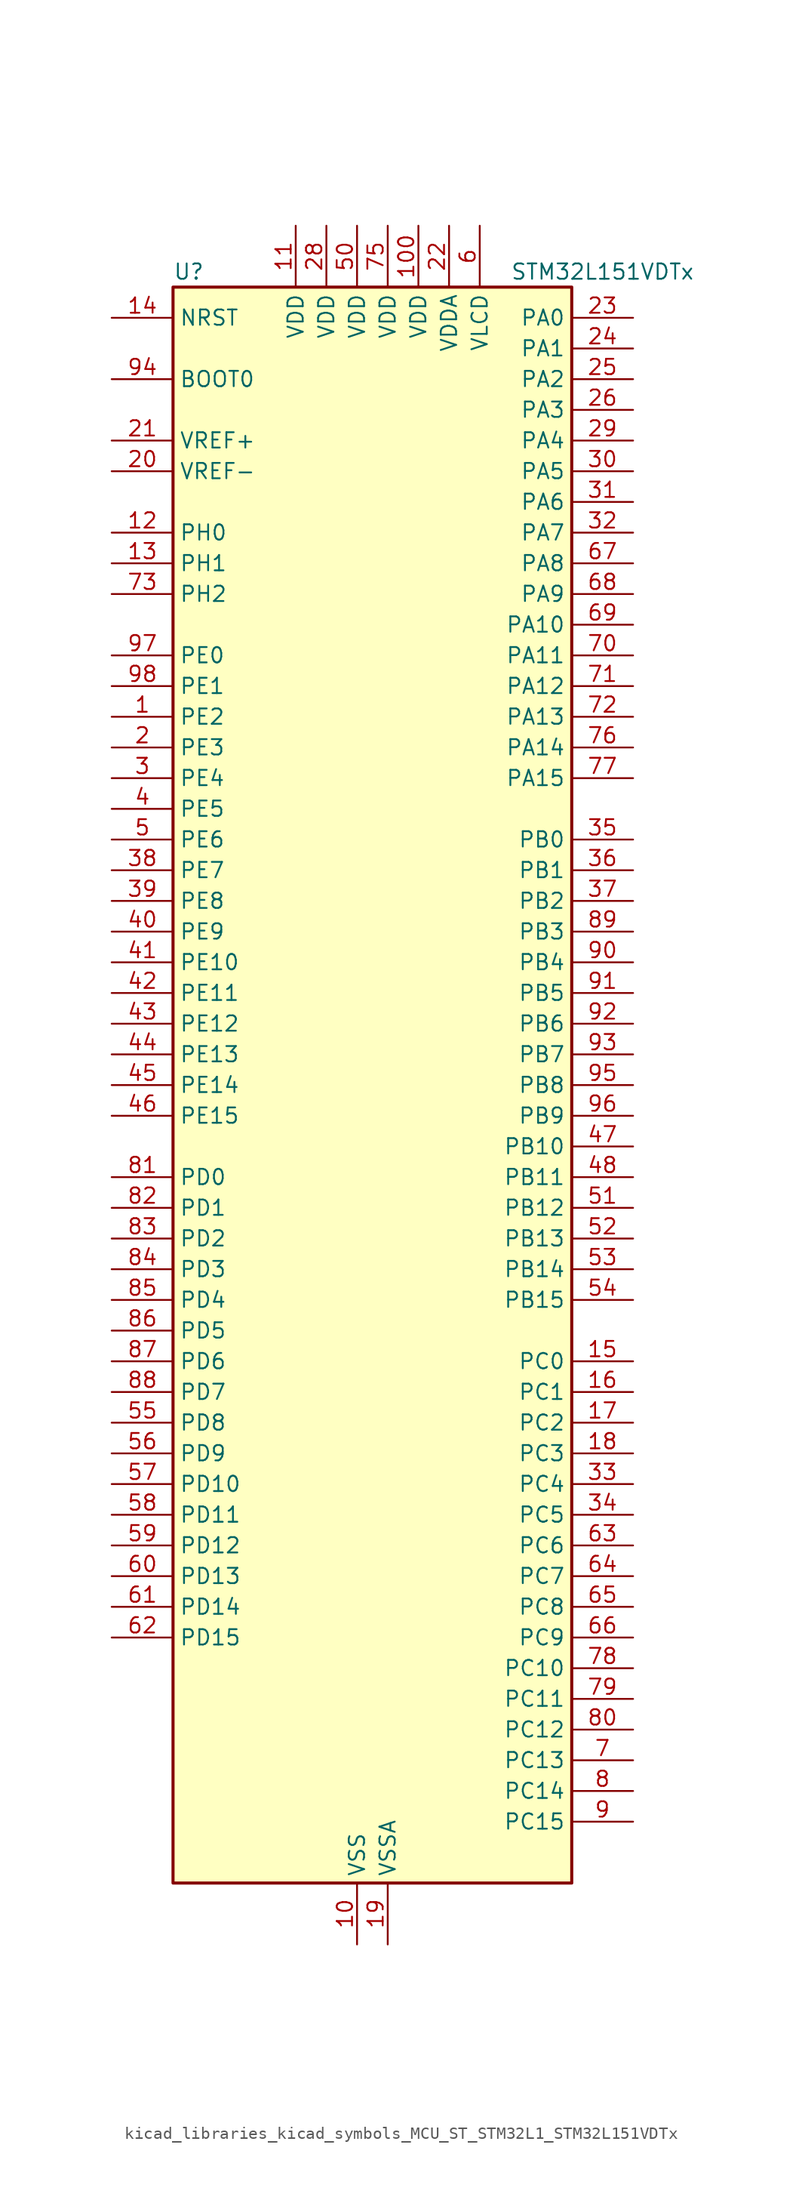
<source format=kicad_sym>
(kicad_symbol_lib
  (version 20220914)
  (generator kicad_symbol_editor)
  (symbol "kicad_libraries_kicad_symbols_MCU_ST_STM32L1_STM32L151VDTx"
    (property "Reference" "U"
      (at -15.24 67.31 0)
      (effects (font (size 1.27 1.27)) (justify left)))
    (property "Value" "STM32L151VDTx"
      (at 12.7 67.31 0)
      (effects (font (size 1.27 1.27)) (justify left)))
    (property "ki_locked" ""
      (at 0 0 0)
      (effects (font (size 1.27 1.27))))
    (symbol "kicad_libraries_kicad_symbols_MCU_ST_STM32L1_STM32L151VDTx_0_1"
      (rectangle (start -15.24 -66.04) (end 17.78 66.04) (stroke (width 0.254) (type default)) (fill (type background))))
    (symbol "kicad_libraries_kicad_symbols_MCU_ST_STM32L1_STM32L151VDTx_1_1"
      (pin bidirectional line (at -20.32 30.48 0) (length 5.08) (name "PE2" (effects (font (size 1.27 1.27)))) (number "1" (effects (font (size 1.27 1.27)))) (alternate "FSMC_A23" bidirectional line) (alternate "SYS_TRACECK" bidirectional line) (alternate "TIM3_ETR" bidirectional line) (alternate "TIMX_IC3" bidirectional line))
      (pin power_in line (at 0 -71.12 90) (length 5.08) (name "VSS" (effects (font (size 1.27 1.27)))) (number "10" (effects (font (size 1.27 1.27)))))
      (pin power_in line (at 5.08 71.12 270) (length 5.08) (name "VDD" (effects (font (size 1.27 1.27)))) (number "100" (effects (font (size 1.27 1.27)))))
      (pin power_in line (at -5.08 71.12 270) (length 5.08) (name "VDD" (effects (font (size 1.27 1.27)))) (number "11" (effects (font (size 1.27 1.27)))))
      (pin bidirectional line (at -20.32 45.72 0) (length 5.08) (name "PH0" (effects (font (size 1.27 1.27)))) (number "12" (effects (font (size 1.27 1.27)))) (alternate "RCC_OSC_IN" bidirectional line))
      (pin bidirectional line (at -20.32 43.18 0) (length 5.08) (name "PH1" (effects (font (size 1.27 1.27)))) (number "13" (effects (font (size 1.27 1.27)))) (alternate "RCC_OSC_OUT" bidirectional line))
      (pin input line (at -20.32 63.5 0) (length 5.08) (name "NRST" (effects (font (size 1.27 1.27)))) (number "14" (effects (font (size 1.27 1.27)))))
      (pin bidirectional line (at 22.86 -22.86 180) (length 5.08) (name "PC0" (effects (font (size 1.27 1.27)))) (number "15" (effects (font (size 1.27 1.27)))) (alternate "ADC_IN10" bidirectional line) (alternate "COMP1_INP" bidirectional line) (alternate "TIMX_IC1" bidirectional line) (alternate "TS_G8_IO1" bidirectional line))
      (pin bidirectional line (at 22.86 -25.4 180) (length 5.08) (name "PC1" (effects (font (size 1.27 1.27)))) (number "16" (effects (font (size 1.27 1.27)))) (alternate "ADC_IN11" bidirectional line) (alternate "COMP1_INP" bidirectional line) (alternate "OPAMP3_VINP" bidirectional line) (alternate "TIMX_IC2" bidirectional line) (alternate "TS_G8_IO2" bidirectional line))
      (pin bidirectional line (at 22.86 -27.94 180) (length 5.08) (name "PC2" (effects (font (size 1.27 1.27)))) (number "17" (effects (font (size 1.27 1.27)))) (alternate "ADC_IN12" bidirectional line) (alternate "COMP1_INP" bidirectional line) (alternate "OPAMP3_VINM" bidirectional line) (alternate "TIMX_IC3" bidirectional line) (alternate "TS_G8_IO3" bidirectional line))
      (pin bidirectional line (at 22.86 -30.48 180) (length 5.08) (name "PC3" (effects (font (size 1.27 1.27)))) (number "18" (effects (font (size 1.27 1.27)))) (alternate "ADC_IN13" bidirectional line) (alternate "COMP1_INP" bidirectional line) (alternate "OPAMP3_VOUT" bidirectional line) (alternate "TIMX_IC4" bidirectional line) (alternate "TS_G8_IO4" bidirectional line))
      (pin power_in line (at 2.54 -71.12 90) (length 5.08) (name "VSSA" (effects (font (size 1.27 1.27)))) (number "19" (effects (font (size 1.27 1.27)))))
      (pin bidirectional line (at -20.32 27.94 0) (length 5.08) (name "PE3" (effects (font (size 1.27 1.27)))) (number "2" (effects (font (size 1.27 1.27)))) (alternate "FSMC_A19" bidirectional line) (alternate "SYS_TRACED0" bidirectional line) (alternate "TIM3_CH1" bidirectional line) (alternate "TIMX_IC4" bidirectional line))
      (pin input line (at -20.32 50.8 0) (length 5.08) (name "VREF-" (effects (font (size 1.27 1.27)))) (number "20" (effects (font (size 1.27 1.27)))))
      (pin input line (at -20.32 53.34 0) (length 5.08) (name "VREF+" (effects (font (size 1.27 1.27)))) (number "21" (effects (font (size 1.27 1.27)))))
      (pin power_in line (at 7.62 71.12 270) (length 5.08) (name "VDDA" (effects (font (size 1.27 1.27)))) (number "22" (effects (font (size 1.27 1.27)))))
      (pin bidirectional line (at 22.86 63.5 180) (length 5.08) (name "PA0" (effects (font (size 1.27 1.27)))) (number "23" (effects (font (size 1.27 1.27)))) (alternate "ADC_IN0" bidirectional line) (alternate "COMP1_INP" bidirectional line) (alternate "RTC_TAMP2" bidirectional line) (alternate "SYS_WKUP1" bidirectional line) (alternate "TIM2_CH1" bidirectional line) (alternate "TIM2_ETR" bidirectional line) (alternate "TIM5_CH1" bidirectional line) (alternate "TIMX_IC1" bidirectional line) (alternate "TS_G1_IO1" bidirectional line) (alternate "USART2_CTS" bidirectional line))
      (pin bidirectional line (at 22.86 60.96 180) (length 5.08) (name "PA1" (effects (font (size 1.27 1.27)))) (number "24" (effects (font (size 1.27 1.27)))) (alternate "ADC_IN1" bidirectional line) (alternate "COMP1_INP" bidirectional line) (alternate "OPAMP1_VINP" bidirectional line) (alternate "TIM2_CH2" bidirectional line) (alternate "TIM5_CH2" bidirectional line) (alternate "TIMX_IC2" bidirectional line) (alternate "TS_G1_IO2" bidirectional line) (alternate "USART2_RTS" bidirectional line))
      (pin bidirectional line (at 22.86 58.42 180) (length 5.08) (name "PA2" (effects (font (size 1.27 1.27)))) (number "25" (effects (font (size 1.27 1.27)))) (alternate "ADC_IN2" bidirectional line) (alternate "COMP1_INP" bidirectional line) (alternate "OPAMP1_VINM" bidirectional line) (alternate "TIM2_CH3" bidirectional line) (alternate "TIM5_CH3" bidirectional line) (alternate "TIM9_CH1" bidirectional line) (alternate "TIMX_IC3" bidirectional line) (alternate "TS_G1_IO3" bidirectional line) (alternate "USART2_TX" bidirectional line))
      (pin bidirectional line (at 22.86 55.88 180) (length 5.08) (name "PA3" (effects (font (size 1.27 1.27)))) (number "26" (effects (font (size 1.27 1.27)))) (alternate "ADC_IN3" bidirectional line) (alternate "COMP1_INP" bidirectional line) (alternate "OPAMP1_VOUT" bidirectional line) (alternate "TIM2_CH4" bidirectional line) (alternate "TIM5_CH4" bidirectional line) (alternate "TIM9_CH2" bidirectional line) (alternate "TIMX_IC4" bidirectional line) (alternate "TS_G1_IO4" bidirectional line) (alternate "USART2_RX" bidirectional line))
      (pin passive line (at 0 -71.12 90) (length 5.08) hide (name "VSS" (effects (font (size 1.27 1.27)))) (number "27" (effects (font (size 1.27 1.27)))))
      (pin power_in line (at -2.54 71.12 270) (length 5.08) (name "VDD" (effects (font (size 1.27 1.27)))) (number "28" (effects (font (size 1.27 1.27)))))
      (pin bidirectional line (at 22.86 53.34 180) (length 5.08) (name "PA4" (effects (font (size 1.27 1.27)))) (number "29" (effects (font (size 1.27 1.27)))) (alternate "ADC_IN4" bidirectional line) (alternate "COMP1_INP" bidirectional line) (alternate "DAC_OUT1" bidirectional line) (alternate "I2S3_WS" bidirectional line) (alternate "SPI1_NSS" bidirectional line) (alternate "SPI3_NSS" bidirectional line) (alternate "TIMX_IC1" bidirectional line) (alternate "USART2_CK" bidirectional line))
      (pin bidirectional line (at -20.32 25.4 0) (length 5.08) (name "PE4" (effects (font (size 1.27 1.27)))) (number "3" (effects (font (size 1.27 1.27)))) (alternate "FSMC_A20" bidirectional line) (alternate "SYS_TRACED1" bidirectional line) (alternate "TIM3_CH2" bidirectional line) (alternate "TIMX_IC1" bidirectional line))
      (pin bidirectional line (at 22.86 50.8 180) (length 5.08) (name "PA5" (effects (font (size 1.27 1.27)))) (number "30" (effects (font (size 1.27 1.27)))) (alternate "ADC_IN5" bidirectional line) (alternate "COMP1_INP" bidirectional line) (alternate "DAC_OUT2" bidirectional line) (alternate "SPI1_SCK" bidirectional line) (alternate "TIM2_CH1" bidirectional line) (alternate "TIM2_ETR" bidirectional line) (alternate "TIMX_IC2" bidirectional line))
      (pin bidirectional line (at 22.86 48.26 180) (length 5.08) (name "PA6" (effects (font (size 1.27 1.27)))) (number "31" (effects (font (size 1.27 1.27)))) (alternate "ADC_IN6" bidirectional line) (alternate "COMP1_INP" bidirectional line) (alternate "OPAMP2_VINP" bidirectional line) (alternate "SPI1_MISO" bidirectional line) (alternate "TIM10_CH1" bidirectional line) (alternate "TIM3_CH1" bidirectional line) (alternate "TIMX_IC3" bidirectional line) (alternate "TS_G2_IO1" bidirectional line))
      (pin bidirectional line (at 22.86 45.72 180) (length 5.08) (name "PA7" (effects (font (size 1.27 1.27)))) (number "32" (effects (font (size 1.27 1.27)))) (alternate "ADC_IN7" bidirectional line) (alternate "COMP1_INP" bidirectional line) (alternate "OPAMP2_VINM" bidirectional line) (alternate "SPI1_MOSI" bidirectional line) (alternate "TIM11_CH1" bidirectional line) (alternate "TIM3_CH2" bidirectional line) (alternate "TIMX_IC4" bidirectional line) (alternate "TS_G2_IO2" bidirectional line))
      (pin bidirectional line (at 22.86 -33.02 180) (length 5.08) (name "PC4" (effects (font (size 1.27 1.27)))) (number "33" (effects (font (size 1.27 1.27)))) (alternate "ADC_IN14" bidirectional line) (alternate "COMP1_INP" bidirectional line) (alternate "TIMX_IC1" bidirectional line) (alternate "TS_G9_IO1" bidirectional line))
      (pin bidirectional line (at 22.86 -35.56 180) (length 5.08) (name "PC5" (effects (font (size 1.27 1.27)))) (number "34" (effects (font (size 1.27 1.27)))) (alternate "ADC_IN15" bidirectional line) (alternate "COMP1_INP" bidirectional line) (alternate "TIMX_IC2" bidirectional line) (alternate "TS_G9_IO2" bidirectional line))
      (pin bidirectional line (at 22.86 20.32 180) (length 5.08) (name "PB0" (effects (font (size 1.27 1.27)))) (number "35" (effects (font (size 1.27 1.27)))) (alternate "ADC_IN8" bidirectional line) (alternate "COMP1_INP" bidirectional line) (alternate "OPAMP2_VOUT" bidirectional line) (alternate "SYS_V_REF_OUT" bidirectional line) (alternate "TIM3_CH3" bidirectional line) (alternate "TS_G3_IO1" bidirectional line))
      (pin bidirectional line (at 22.86 17.78 180) (length 5.08) (name "PB1" (effects (font (size 1.27 1.27)))) (number "36" (effects (font (size 1.27 1.27)))) (alternate "ADC_IN9" bidirectional line) (alternate "COMP1_INP" bidirectional line) (alternate "SYS_V_REF_OUT" bidirectional line) (alternate "TIM3_CH4" bidirectional line) (alternate "TS_G3_IO2" bidirectional line))
      (pin bidirectional line (at 22.86 15.24 180) (length 5.08) (name "PB2" (effects (font (size 1.27 1.27)))) (number "37" (effects (font (size 1.27 1.27)))) (alternate "TS_G3_IO3" bidirectional line))
      (pin bidirectional line (at -20.32 17.78 0) (length 5.08) (name "PE7" (effects (font (size 1.27 1.27)))) (number "38" (effects (font (size 1.27 1.27)))) (alternate "ADC_IN22" bidirectional line) (alternate "COMP1_INP" bidirectional line) (alternate "FSMC_D4" bidirectional line) (alternate "FSMC_DA4" bidirectional line) (alternate "TIMX_IC4" bidirectional line))
      (pin bidirectional line (at -20.32 15.24 0) (length 5.08) (name "PE8" (effects (font (size 1.27 1.27)))) (number "39" (effects (font (size 1.27 1.27)))) (alternate "ADC_IN23" bidirectional line) (alternate "COMP1_INP" bidirectional line) (alternate "FSMC_D5" bidirectional line) (alternate "FSMC_DA5" bidirectional line) (alternate "TIMX_IC1" bidirectional line))
      (pin bidirectional line (at -20.32 22.86 0) (length 5.08) (name "PE5" (effects (font (size 1.27 1.27)))) (number "4" (effects (font (size 1.27 1.27)))) (alternate "FSMC_A21" bidirectional line) (alternate "SYS_TRACED2" bidirectional line) (alternate "TIM9_CH1" bidirectional line) (alternate "TIMX_IC2" bidirectional line))
      (pin bidirectional line (at -20.32 12.7 0) (length 5.08) (name "PE9" (effects (font (size 1.27 1.27)))) (number "40" (effects (font (size 1.27 1.27)))) (alternate "ADC_IN24" bidirectional line) (alternate "COMP1_INP" bidirectional line) (alternate "DAC_EXTI9" bidirectional line) (alternate "FSMC_D6" bidirectional line) (alternate "FSMC_DA6" bidirectional line) (alternate "TIM2_CH1" bidirectional line) (alternate "TIM2_ETR" bidirectional line) (alternate "TIMX_IC2" bidirectional line))
      (pin bidirectional line (at -20.32 10.16 0) (length 5.08) (name "PE10" (effects (font (size 1.27 1.27)))) (number "41" (effects (font (size 1.27 1.27)))) (alternate "ADC_IN25" bidirectional line) (alternate "COMP1_INP" bidirectional line) (alternate "FSMC_D7" bidirectional line) (alternate "FSMC_DA7" bidirectional line) (alternate "TIM2_CH2" bidirectional line) (alternate "TIMX_IC3" bidirectional line))
      (pin bidirectional line (at -20.32 7.62 0) (length 5.08) (name "PE11" (effects (font (size 1.27 1.27)))) (number "42" (effects (font (size 1.27 1.27)))) (alternate "ADC_EXTI11" bidirectional line) (alternate "FSMC_D8" bidirectional line) (alternate "FSMC_DA8" bidirectional line) (alternate "TIM2_CH3" bidirectional line) (alternate "TIMX_IC4" bidirectional line))
      (pin bidirectional line (at -20.32 5.08 0) (length 5.08) (name "PE12" (effects (font (size 1.27 1.27)))) (number "43" (effects (font (size 1.27 1.27)))) (alternate "FSMC_D9" bidirectional line) (alternate "FSMC_DA9" bidirectional line) (alternate "SPI1_NSS" bidirectional line) (alternate "TIM2_CH4" bidirectional line) (alternate "TIMX_IC1" bidirectional line))
      (pin bidirectional line (at -20.32 2.54 0) (length 5.08) (name "PE13" (effects (font (size 1.27 1.27)))) (number "44" (effects (font (size 1.27 1.27)))) (alternate "FSMC_D10" bidirectional line) (alternate "FSMC_DA10" bidirectional line) (alternate "SPI1_SCK" bidirectional line) (alternate "TIMX_IC2" bidirectional line))
      (pin bidirectional line (at -20.32 0 0) (length 5.08) (name "PE14" (effects (font (size 1.27 1.27)))) (number "45" (effects (font (size 1.27 1.27)))) (alternate "FSMC_D11" bidirectional line) (alternate "FSMC_DA11" bidirectional line) (alternate "SPI1_MISO" bidirectional line) (alternate "TIMX_IC3" bidirectional line))
      (pin bidirectional line (at -20.32 -2.54 0) (length 5.08) (name "PE15" (effects (font (size 1.27 1.27)))) (number "46" (effects (font (size 1.27 1.27)))) (alternate "ADC_EXTI15" bidirectional line) (alternate "FSMC_D12" bidirectional line) (alternate "FSMC_DA12" bidirectional line) (alternate "SPI1_MOSI" bidirectional line) (alternate "TIMX_IC4" bidirectional line))
      (pin bidirectional line (at 22.86 -5.08 180) (length 5.08) (name "PB10" (effects (font (size 1.27 1.27)))) (number "47" (effects (font (size 1.27 1.27)))) (alternate "I2C2_SCL" bidirectional line) (alternate "TIM2_CH3" bidirectional line) (alternate "USART3_TX" bidirectional line))
      (pin bidirectional line (at 22.86 -7.62 180) (length 5.08) (name "PB11" (effects (font (size 1.27 1.27)))) (number "48" (effects (font (size 1.27 1.27)))) (alternate "ADC_EXTI11" bidirectional line) (alternate "I2C2_SDA" bidirectional line) (alternate "TIM2_CH4" bidirectional line) (alternate "USART3_RX" bidirectional line))
      (pin passive line (at 0 -71.12 90) (length 5.08) hide (name "VSS" (effects (font (size 1.27 1.27)))) (number "49" (effects (font (size 1.27 1.27)))))
      (pin bidirectional line (at -20.32 20.32 0) (length 5.08) (name "PE6" (effects (font (size 1.27 1.27)))) (number "5" (effects (font (size 1.27 1.27)))) (alternate "RTC_TAMP3" bidirectional line) (alternate "SYS_TRACED3" bidirectional line) (alternate "SYS_WKUP3" bidirectional line) (alternate "TIM9_CH2" bidirectional line) (alternate "TIMX_IC3" bidirectional line))
      (pin power_in line (at 0 71.12 270) (length 5.08) (name "VDD" (effects (font (size 1.27 1.27)))) (number "50" (effects (font (size 1.27 1.27)))))
      (pin bidirectional line (at 22.86 -10.16 180) (length 5.08) (name "PB12" (effects (font (size 1.27 1.27)))) (number "51" (effects (font (size 1.27 1.27)))) (alternate "ADC_IN18" bidirectional line) (alternate "COMP1_INP" bidirectional line) (alternate "I2C2_SMBA" bidirectional line) (alternate "I2S2_WS" bidirectional line) (alternate "SPI2_NSS" bidirectional line) (alternate "TIM10_CH1" bidirectional line) (alternate "TS_G7_IO1" bidirectional line) (alternate "USART3_CK" bidirectional line))
      (pin bidirectional line (at 22.86 -12.7 180) (length 5.08) (name "PB13" (effects (font (size 1.27 1.27)))) (number "52" (effects (font (size 1.27 1.27)))) (alternate "ADC_IN19" bidirectional line) (alternate "COMP1_INP" bidirectional line) (alternate "I2S2_CK" bidirectional line) (alternate "SPI2_SCK" bidirectional line) (alternate "TIM9_CH1" bidirectional line) (alternate "TS_G7_IO2" bidirectional line) (alternate "USART3_CTS" bidirectional line))
      (pin bidirectional line (at 22.86 -15.24 180) (length 5.08) (name "PB14" (effects (font (size 1.27 1.27)))) (number "53" (effects (font (size 1.27 1.27)))) (alternate "ADC_IN20" bidirectional line) (alternate "COMP1_INP" bidirectional line) (alternate "SPI2_MISO" bidirectional line) (alternate "TIM9_CH2" bidirectional line) (alternate "TS_G7_IO3" bidirectional line) (alternate "USART3_RTS" bidirectional line))
      (pin bidirectional line (at 22.86 -17.78 180) (length 5.08) (name "PB15" (effects (font (size 1.27 1.27)))) (number "54" (effects (font (size 1.27 1.27)))) (alternate "ADC_EXTI15" bidirectional line) (alternate "ADC_IN21" bidirectional line) (alternate "COMP1_INP" bidirectional line) (alternate "I2S2_SD" bidirectional line) (alternate "RTC_REFIN" bidirectional line) (alternate "SPI2_MOSI" bidirectional line) (alternate "TIM11_CH1" bidirectional line) (alternate "TS_G7_IO4" bidirectional line))
      (pin bidirectional line (at -20.32 -27.94 0) (length 5.08) (name "PD8" (effects (font (size 1.27 1.27)))) (number "55" (effects (font (size 1.27 1.27)))) (alternate "FSMC_D13" bidirectional line) (alternate "FSMC_DA13" bidirectional line) (alternate "TIMX_IC1" bidirectional line) (alternate "USART3_TX" bidirectional line))
      (pin bidirectional line (at -20.32 -30.48 0) (length 5.08) (name "PD9" (effects (font (size 1.27 1.27)))) (number "56" (effects (font (size 1.27 1.27)))) (alternate "DAC_EXTI9" bidirectional line) (alternate "FSMC_D14" bidirectional line) (alternate "FSMC_DA14" bidirectional line) (alternate "TIMX_IC2" bidirectional line) (alternate "USART3_RX" bidirectional line))
      (pin bidirectional line (at -20.32 -33.02 0) (length 5.08) (name "PD10" (effects (font (size 1.27 1.27)))) (number "57" (effects (font (size 1.27 1.27)))) (alternate "FSMC_D15" bidirectional line) (alternate "FSMC_DA15" bidirectional line) (alternate "TIMX_IC3" bidirectional line) (alternate "USART3_CK" bidirectional line))
      (pin bidirectional line (at -20.32 -35.56 0) (length 5.08) (name "PD11" (effects (font (size 1.27 1.27)))) (number "58" (effects (font (size 1.27 1.27)))) (alternate "ADC_EXTI11" bidirectional line) (alternate "FSMC_A16" bidirectional line) (alternate "TIMX_IC4" bidirectional line) (alternate "USART3_CTS" bidirectional line))
      (pin bidirectional line (at -20.32 -38.1 0) (length 5.08) (name "PD12" (effects (font (size 1.27 1.27)))) (number "59" (effects (font (size 1.27 1.27)))) (alternate "FSMC_A17" bidirectional line) (alternate "TIM4_CH1" bidirectional line) (alternate "TIMX_IC1" bidirectional line) (alternate "USART3_RTS" bidirectional line))
      (pin power_in line (at 10.16 71.12 270) (length 5.08) (name "VLCD" (effects (font (size 1.27 1.27)))) (number "6" (effects (font (size 1.27 1.27)))))
      (pin bidirectional line (at -20.32 -40.64 0) (length 5.08) (name "PD13" (effects (font (size 1.27 1.27)))) (number "60" (effects (font (size 1.27 1.27)))) (alternate "FSMC_A18" bidirectional line) (alternate "TIM4_CH2" bidirectional line) (alternate "TIMX_IC2" bidirectional line))
      (pin bidirectional line (at -20.32 -43.18 0) (length 5.08) (name "PD14" (effects (font (size 1.27 1.27)))) (number "61" (effects (font (size 1.27 1.27)))) (alternate "FSMC_D0" bidirectional line) (alternate "FSMC_DA0" bidirectional line) (alternate "TIM4_CH3" bidirectional line) (alternate "TIMX_IC3" bidirectional line))
      (pin bidirectional line (at -20.32 -45.72 0) (length 5.08) (name "PD15" (effects (font (size 1.27 1.27)))) (number "62" (effects (font (size 1.27 1.27)))) (alternate "ADC_EXTI15" bidirectional line) (alternate "FSMC_D1" bidirectional line) (alternate "FSMC_DA1" bidirectional line) (alternate "TIM4_CH4" bidirectional line) (alternate "TIMX_IC4" bidirectional line))
      (pin bidirectional line (at 22.86 -38.1 180) (length 5.08) (name "PC6" (effects (font (size 1.27 1.27)))) (number "63" (effects (font (size 1.27 1.27)))) (alternate "I2S2_MCK" bidirectional line) (alternate "SDIO_D6" bidirectional line) (alternate "TIM3_CH1" bidirectional line) (alternate "TIMX_IC3" bidirectional line) (alternate "TS_G10_IO1" bidirectional line))
      (pin bidirectional line (at 22.86 -40.64 180) (length 5.08) (name "PC7" (effects (font (size 1.27 1.27)))) (number "64" (effects (font (size 1.27 1.27)))) (alternate "I2S3_MCK" bidirectional line) (alternate "SDIO_D7" bidirectional line) (alternate "TIM3_CH2" bidirectional line) (alternate "TIMX_IC4" bidirectional line) (alternate "TS_G10_IO2" bidirectional line))
      (pin bidirectional line (at 22.86 -43.18 180) (length 5.08) (name "PC8" (effects (font (size 1.27 1.27)))) (number "65" (effects (font (size 1.27 1.27)))) (alternate "SDIO_D0" bidirectional line) (alternate "TIM3_CH3" bidirectional line) (alternate "TIMX_IC1" bidirectional line) (alternate "TS_G10_IO3" bidirectional line))
      (pin bidirectional line (at 22.86 -45.72 180) (length 5.08) (name "PC9" (effects (font (size 1.27 1.27)))) (number "66" (effects (font (size 1.27 1.27)))) (alternate "DAC_EXTI9" bidirectional line) (alternate "SDIO_D1" bidirectional line) (alternate "TIM3_CH4" bidirectional line) (alternate "TIMX_IC2" bidirectional line) (alternate "TS_G10_IO4" bidirectional line))
      (pin bidirectional line (at 22.86 43.18 180) (length 5.08) (name "PA8" (effects (font (size 1.27 1.27)))) (number "67" (effects (font (size 1.27 1.27)))) (alternate "RCC_MCO" bidirectional line) (alternate "TIMX_IC1" bidirectional line) (alternate "TS_G4_IO1" bidirectional line) (alternate "USART1_CK" bidirectional line))
      (pin bidirectional line (at 22.86 40.64 180) (length 5.08) (name "PA9" (effects (font (size 1.27 1.27)))) (number "68" (effects (font (size 1.27 1.27)))) (alternate "DAC_EXTI9" bidirectional line) (alternate "TIMX_IC2" bidirectional line) (alternate "TS_G4_IO2" bidirectional line) (alternate "USART1_TX" bidirectional line))
      (pin bidirectional line (at 22.86 38.1 180) (length 5.08) (name "PA10" (effects (font (size 1.27 1.27)))) (number "69" (effects (font (size 1.27 1.27)))) (alternate "TIMX_IC3" bidirectional line) (alternate "TS_G4_IO3" bidirectional line) (alternate "USART1_RX" bidirectional line))
      (pin bidirectional line (at 22.86 -55.88 180) (length 5.08) (name "PC13" (effects (font (size 1.27 1.27)))) (number "7" (effects (font (size 1.27 1.27)))) (alternate "RTC_OUT_ALARM" bidirectional line) (alternate "RTC_OUT_CALIB" bidirectional line) (alternate "RTC_TAMP1" bidirectional line) (alternate "RTC_TS" bidirectional line) (alternate "SYS_WKUP2" bidirectional line) (alternate "TIMX_IC2" bidirectional line))
      (pin bidirectional line (at 22.86 35.56 180) (length 5.08) (name "PA11" (effects (font (size 1.27 1.27)))) (number "70" (effects (font (size 1.27 1.27)))) (alternate "ADC_EXTI11" bidirectional line) (alternate "SPI1_MISO" bidirectional line) (alternate "TIMX_IC4" bidirectional line) (alternate "USART1_CTS" bidirectional line) (alternate "USB_DM" bidirectional line))
      (pin bidirectional line (at 22.86 33.02 180) (length 5.08) (name "PA12" (effects (font (size 1.27 1.27)))) (number "71" (effects (font (size 1.27 1.27)))) (alternate "SPI1_MOSI" bidirectional line) (alternate "TIMX_IC1" bidirectional line) (alternate "USART1_RTS" bidirectional line) (alternate "USB_DP" bidirectional line))
      (pin bidirectional line (at 22.86 30.48 180) (length 5.08) (name "PA13" (effects (font (size 1.27 1.27)))) (number "72" (effects (font (size 1.27 1.27)))) (alternate "SYS_JTMS-SWDIO" bidirectional line) (alternate "TIMX_IC2" bidirectional line) (alternate "TS_G5_IO1" bidirectional line))
      (pin bidirectional line (at -20.32 40.64 0) (length 5.08) (name "PH2" (effects (font (size 1.27 1.27)))) (number "73" (effects (font (size 1.27 1.27)))) (alternate "FSMC_A22" bidirectional line))
      (pin passive line (at 0 -71.12 90) (length 5.08) hide (name "VSS" (effects (font (size 1.27 1.27)))) (number "74" (effects (font (size 1.27 1.27)))))
      (pin power_in line (at 2.54 71.12 270) (length 5.08) (name "VDD" (effects (font (size 1.27 1.27)))) (number "75" (effects (font (size 1.27 1.27)))))
      (pin bidirectional line (at 22.86 27.94 180) (length 5.08) (name "PA14" (effects (font (size 1.27 1.27)))) (number "76" (effects (font (size 1.27 1.27)))) (alternate "SYS_JTCK-SWCLK" bidirectional line) (alternate "TIMX_IC3" bidirectional line) (alternate "TS_G5_IO2" bidirectional line))
      (pin bidirectional line (at 22.86 25.4 180) (length 5.08) (name "PA15" (effects (font (size 1.27 1.27)))) (number "77" (effects (font (size 1.27 1.27)))) (alternate "ADC_EXTI15" bidirectional line) (alternate "I2S3_WS" bidirectional line) (alternate "SPI1_NSS" bidirectional line) (alternate "SPI3_NSS" bidirectional line) (alternate "SYS_JTDI" bidirectional line) (alternate "TIM2_CH1" bidirectional line) (alternate "TIM2_ETR" bidirectional line) (alternate "TIMX_IC4" bidirectional line) (alternate "TS_G5_IO3" bidirectional line))
      (pin bidirectional line (at 22.86 -48.26 180) (length 5.08) (name "PC10" (effects (font (size 1.27 1.27)))) (number "78" (effects (font (size 1.27 1.27)))) (alternate "I2S3_CK" bidirectional line) (alternate "SDIO_D2" bidirectional line) (alternate "SPI3_SCK" bidirectional line) (alternate "TIMX_IC3" bidirectional line) (alternate "UART4_TX" bidirectional line) (alternate "USART3_TX" bidirectional line))
      (pin bidirectional line (at 22.86 -50.8 180) (length 5.08) (name "PC11" (effects (font (size 1.27 1.27)))) (number "79" (effects (font (size 1.27 1.27)))) (alternate "ADC_EXTI11" bidirectional line) (alternate "SDIO_D3" bidirectional line) (alternate "SPI3_MISO" bidirectional line) (alternate "TIMX_IC4" bidirectional line) (alternate "UART4_RX" bidirectional line) (alternate "USART3_RX" bidirectional line))
      (pin bidirectional line (at 22.86 -58.42 180) (length 5.08) (name "PC14" (effects (font (size 1.27 1.27)))) (number "8" (effects (font (size 1.27 1.27)))) (alternate "RCC_OSC32_IN" bidirectional line) (alternate "TIMX_IC3" bidirectional line))
      (pin bidirectional line (at 22.86 -53.34 180) (length 5.08) (name "PC12" (effects (font (size 1.27 1.27)))) (number "80" (effects (font (size 1.27 1.27)))) (alternate "I2S3_SD" bidirectional line) (alternate "SDIO_CK" bidirectional line) (alternate "SPI3_MOSI" bidirectional line) (alternate "TIMX_IC1" bidirectional line) (alternate "UART5_TX" bidirectional line) (alternate "USART3_CK" bidirectional line))
      (pin bidirectional line (at -20.32 -7.62 0) (length 5.08) (name "PD0" (effects (font (size 1.27 1.27)))) (number "81" (effects (font (size 1.27 1.27)))) (alternate "FSMC_D2" bidirectional line) (alternate "FSMC_DA2" bidirectional line) (alternate "I2S2_WS" bidirectional line) (alternate "SPI2_NSS" bidirectional line) (alternate "TIM9_CH1" bidirectional line) (alternate "TIMX_IC1" bidirectional line))
      (pin bidirectional line (at -20.32 -10.16 0) (length 5.08) (name "PD1" (effects (font (size 1.27 1.27)))) (number "82" (effects (font (size 1.27 1.27)))) (alternate "FSMC_D3" bidirectional line) (alternate "FSMC_DA3" bidirectional line) (alternate "I2S2_CK" bidirectional line) (alternate "SPI2_SCK" bidirectional line) (alternate "TIMX_IC2" bidirectional line))
      (pin bidirectional line (at -20.32 -12.7 0) (length 5.08) (name "PD2" (effects (font (size 1.27 1.27)))) (number "83" (effects (font (size 1.27 1.27)))) (alternate "SDIO_CMD" bidirectional line) (alternate "TIM3_ETR" bidirectional line) (alternate "TIMX_IC3" bidirectional line) (alternate "UART5_RX" bidirectional line))
      (pin bidirectional line (at -20.32 -15.24 0) (length 5.08) (name "PD3" (effects (font (size 1.27 1.27)))) (number "84" (effects (font (size 1.27 1.27)))) (alternate "FSMC_CLK" bidirectional line) (alternate "SPI2_MISO" bidirectional line) (alternate "TIMX_IC4" bidirectional line) (alternate "USART2_CTS" bidirectional line))
      (pin bidirectional line (at -20.32 -17.78 0) (length 5.08) (name "PD4" (effects (font (size 1.27 1.27)))) (number "85" (effects (font (size 1.27 1.27)))) (alternate "FSMC_NOE" bidirectional line) (alternate "I2S2_SD" bidirectional line) (alternate "SPI2_MOSI" bidirectional line) (alternate "TIMX_IC1" bidirectional line) (alternate "USART2_RTS" bidirectional line))
      (pin bidirectional line (at -20.32 -20.32 0) (length 5.08) (name "PD5" (effects (font (size 1.27 1.27)))) (number "86" (effects (font (size 1.27 1.27)))) (alternate "FSMC_NWE" bidirectional line) (alternate "TIMX_IC2" bidirectional line) (alternate "USART2_TX" bidirectional line))
      (pin bidirectional line (at -20.32 -22.86 0) (length 5.08) (name "PD6" (effects (font (size 1.27 1.27)))) (number "87" (effects (font (size 1.27 1.27)))) (alternate "FSMC_NWAIT" bidirectional line) (alternate "TIMX_IC3" bidirectional line) (alternate "USART2_RX" bidirectional line))
      (pin bidirectional line (at -20.32 -25.4 0) (length 5.08) (name "PD7" (effects (font (size 1.27 1.27)))) (number "88" (effects (font (size 1.27 1.27)))) (alternate "FSMC_NE1" bidirectional line) (alternate "TIM9_CH2" bidirectional line) (alternate "TIMX_IC4" bidirectional line) (alternate "USART2_CK" bidirectional line))
      (pin bidirectional line (at 22.86 12.7 180) (length 5.08) (name "PB3" (effects (font (size 1.27 1.27)))) (number "89" (effects (font (size 1.27 1.27)))) (alternate "COMP2_INM" bidirectional line) (alternate "I2S3_CK" bidirectional line) (alternate "SPI1_SCK" bidirectional line) (alternate "SPI3_SCK" bidirectional line) (alternate "SYS_JTDO-TRACESWO" bidirectional line) (alternate "TIM2_CH2" bidirectional line))
      (pin bidirectional line (at 22.86 -60.96 180) (length 5.08) (name "PC15" (effects (font (size 1.27 1.27)))) (number "9" (effects (font (size 1.27 1.27)))) (alternate "ADC_EXTI15" bidirectional line) (alternate "RCC_OSC32_OUT" bidirectional line) (alternate "TIMX_IC4" bidirectional line))
      (pin bidirectional line (at 22.86 10.16 180) (length 5.08) (name "PB4" (effects (font (size 1.27 1.27)))) (number "90" (effects (font (size 1.27 1.27)))) (alternate "COMP2_INP" bidirectional line) (alternate "SPI1_MISO" bidirectional line) (alternate "SPI3_MISO" bidirectional line) (alternate "SYS_JTRST" bidirectional line) (alternate "TIM3_CH1" bidirectional line) (alternate "TS_G6_IO1" bidirectional line))
      (pin bidirectional line (at 22.86 7.62 180) (length 5.08) (name "PB5" (effects (font (size 1.27 1.27)))) (number "91" (effects (font (size 1.27 1.27)))) (alternate "COMP2_INP" bidirectional line) (alternate "I2C1_SMBA" bidirectional line) (alternate "I2S3_SD" bidirectional line) (alternate "SPI1_MOSI" bidirectional line) (alternate "SPI3_MOSI" bidirectional line) (alternate "TIM3_CH2" bidirectional line) (alternate "TS_G6_IO2" bidirectional line))
      (pin bidirectional line (at 22.86 5.08 180) (length 5.08) (name "PB6" (effects (font (size 1.27 1.27)))) (number "92" (effects (font (size 1.27 1.27)))) (alternate "COMP2_INP" bidirectional line) (alternate "I2C1_SCL" bidirectional line) (alternate "TIM4_CH1" bidirectional line) (alternate "TS_G6_IO3" bidirectional line) (alternate "USART1_TX" bidirectional line))
      (pin bidirectional line (at 22.86 2.54 180) (length 5.08) (name "PB7" (effects (font (size 1.27 1.27)))) (number "93" (effects (font (size 1.27 1.27)))) (alternate "COMP2_INP" bidirectional line) (alternate "FSMC_NL" bidirectional line) (alternate "I2C1_SDA" bidirectional line) (alternate "SYS_PVD_IN" bidirectional line) (alternate "TIM4_CH2" bidirectional line) (alternate "TS_G6_IO4" bidirectional line) (alternate "USART1_RX" bidirectional line))
      (pin input line (at -20.32 58.42 0) (length 5.08) (name "BOOT0" (effects (font (size 1.27 1.27)))) (number "94" (effects (font (size 1.27 1.27)))))
      (pin bidirectional line (at 22.86 0 180) (length 5.08) (name "PB8" (effects (font (size 1.27 1.27)))) (number "95" (effects (font (size 1.27 1.27)))) (alternate "I2C1_SCL" bidirectional line) (alternate "SDIO_D4" bidirectional line) (alternate "TIM10_CH1" bidirectional line) (alternate "TIM4_CH3" bidirectional line))
      (pin bidirectional line (at 22.86 -2.54 180) (length 5.08) (name "PB9" (effects (font (size 1.27 1.27)))) (number "96" (effects (font (size 1.27 1.27)))) (alternate "DAC_EXTI9" bidirectional line) (alternate "I2C1_SDA" bidirectional line) (alternate "SDIO_D5" bidirectional line) (alternate "TIM11_CH1" bidirectional line) (alternate "TIM4_CH4" bidirectional line))
      (pin bidirectional line (at -20.32 35.56 0) (length 5.08) (name "PE0" (effects (font (size 1.27 1.27)))) (number "97" (effects (font (size 1.27 1.27)))) (alternate "FSMC_NBL0" bidirectional line) (alternate "TIM10_CH1" bidirectional line) (alternate "TIM4_ETR" bidirectional line) (alternate "TIMX_IC1" bidirectional line))
      (pin bidirectional line (at -20.32 33.02 0) (length 5.08) (name "PE1" (effects (font (size 1.27 1.27)))) (number "98" (effects (font (size 1.27 1.27)))) (alternate "FSMC_NBL1" bidirectional line) (alternate "TIM11_CH1" bidirectional line) (alternate "TIMX_IC2" bidirectional line))
      (pin passive line (at 0 -71.12 90) (length 5.08) hide (name "VSS" (effects (font (size 1.27 1.27)))) (number "99" (effects (font (size 1.27 1.27))))))))
</source>
